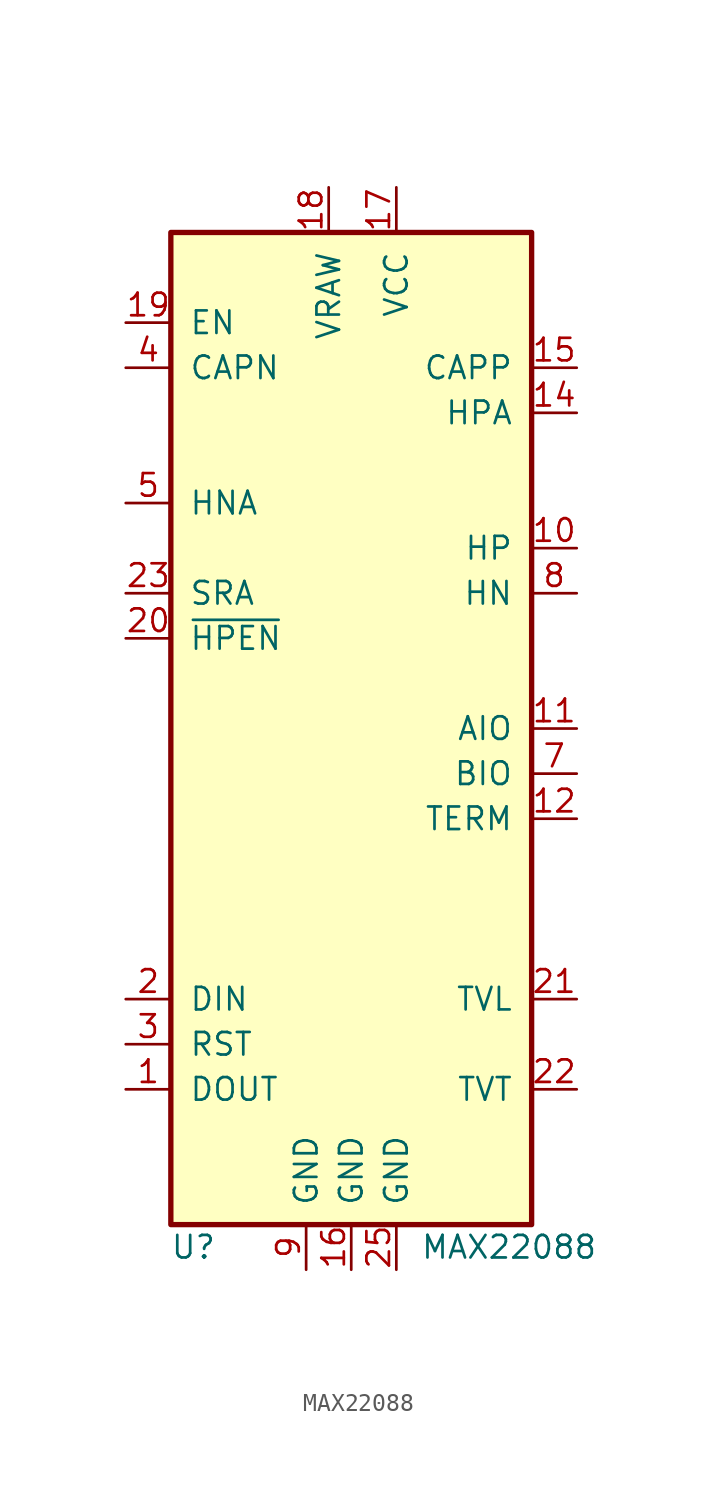
<source format=kicad_sym>
(kicad_symbol_lib
  (version 20231120)
  (generator "kicad_symbol_editor")
  (generator_version "8.0")
  (symbol "MAX22088"
    (pin_names
      (offset 1.016))
    (property "Reference" "U"
      (at -8.89 -30.48 0)
      (effects (font (size 1.27 1.27))))
    (property "Value" "MAX22088"
      (at 8.89 -30.48 0)
      (effects (font (size 1.27 1.27))))
    (symbol "MAX22088_1_1"
      (rectangle (start -10.16 26.67) (end 10.16 -29.21) (stroke (width 0.3) (type solid)) (fill (type background)))
      (pin output line (at -12.7 -21.59 0) (length 2.54) (name "DOUT" (effects (font (size 1.27 1.27)))) (number "1" (effects (font (size 1.27 1.27)))))
      (pin power_in line (at 12.7 8.89 180) (length 2.54) (name "HP" (effects (font (size 1.27 1.27)))) (number "10" (effects (font (size 1.27 1.27)))))
      (pin bidirectional line (at 12.7 -1.27 180) (length 2.54) (name "AIO" (effects (font (size 1.27 1.27)))) (number "11" (effects (font (size 1.27 1.27)))))
      (pin passive line (at 12.7 -6.35 180) (length 2.54) (name "TERM" (effects (font (size 1.27 1.27)))) (number "12" (effects (font (size 1.27 1.27)))))
      (pin no_connect line (at -10.16 -8.89 180) (length 0) hide (name "~" (effects (font (size 1.27 1.27)))) (number "13" (effects (font (size 1.27 1.27)))))
      (pin passive line (at 12.7 16.51 180) (length 2.54) (name "HPA" (effects (font (size 1.27 1.27)))) (number "14" (effects (font (size 1.27 1.27)))))
      (pin passive line (at 12.7 19.05 180) (length 2.54) (name "CAPP" (effects (font (size 1.27 1.27)))) (number "15" (effects (font (size 1.27 1.27)))))
      (pin power_out line (at 0 -31.75 90) (length 2.54) (name "GND" (effects (font (size 1.27 1.27)))) (number "16" (effects (font (size 1.27 1.27)))))
      (pin power_out line (at 2.54 29.21 270) (length 2.54) (name "VCC" (effects (font (size 1.27 1.27)))) (number "17" (effects (font (size 1.27 1.27)))))
      (pin power_out line (at -1.27 29.21 270) (length 2.54) (name "VRAW" (effects (font (size 1.27 1.27)))) (number "18" (effects (font (size 1.27 1.27)))))
      (pin input line (at -12.7 21.59 0) (length 2.54) (name "EN" (effects (font (size 1.27 1.27)))) (number "19" (effects (font (size 1.27 1.27)))))
      (pin input line (at -12.7 -16.51 0) (length 2.54) (name "DIN" (effects (font (size 1.27 1.27)))) (number "2" (effects (font (size 1.27 1.27)))))
      (pin input line (at -12.7 3.81 0) (length 2.54) (name "~{HPEN}" (effects (font (size 1.27 1.27)))) (number "20" (effects (font (size 1.27 1.27)))))
      (pin input line (at 12.7 -16.51 180) (length 2.54) (name "TVL" (effects (font (size 1.27 1.27)))) (number "21" (effects (font (size 1.27 1.27)))))
      (pin input line (at 12.7 -21.59 180) (length 2.54) (name "TVT" (effects (font (size 1.27 1.27)))) (number "22" (effects (font (size 1.27 1.27)))))
      (pin input line (at -12.7 6.35 0) (length 2.54) (name "SRA" (effects (font (size 1.27 1.27)))) (number "23" (effects (font (size 1.27 1.27)))))
      (pin no_connect line (at -10.16 -6.35 180) (length 0) hide (name "" (effects (font (size 1.27 1.27)))) (number "24" (effects (font (size 1.27 1.27)))))
      (pin power_out line (at 2.54 -31.75 90) (length 2.54) (name "GND" (effects (font (size 1.27 1.27)))) (number "25" (effects (font (size 1.27 1.27)))))
      (pin input line (at -12.7 -19.05 0) (length 2.54) (name "RST" (effects (font (size 1.27 1.27)))) (number "3" (effects (font (size 1.27 1.27)))))
      (pin passive line (at -12.7 19.05 0) (length 2.54) (name "CAPN" (effects (font (size 1.27 1.27)))) (number "4" (effects (font (size 1.27 1.27)))))
      (pin passive line (at -12.7 11.43 0) (length 2.54) (name "HNA" (effects (font (size 1.27 1.27)))) (number "5" (effects (font (size 1.27 1.27)))))
      (pin no_connect line (at -10.16 -11.43 180) (length 0) hide (name "~" (effects (font (size 1.27 1.27)))) (number "6" (effects (font (size 1.27 1.27)))))
      (pin bidirectional line (at 12.7 -3.81 180) (length 2.54) (name "BIO" (effects (font (size 1.27 1.27)))) (number "7" (effects (font (size 1.27 1.27)))))
      (pin power_in line (at 12.7 6.35 180) (length 2.54) (name "HN" (effects (font (size 1.27 1.27)))) (number "8" (effects (font (size 1.27 1.27)))))
      (pin power_out line (at -2.54 -31.75 90) (length 2.54) (name "GND" (effects (font (size 1.27 1.27)))) (number "9" (effects (font (size 1.27 1.27))))))))
</source>
